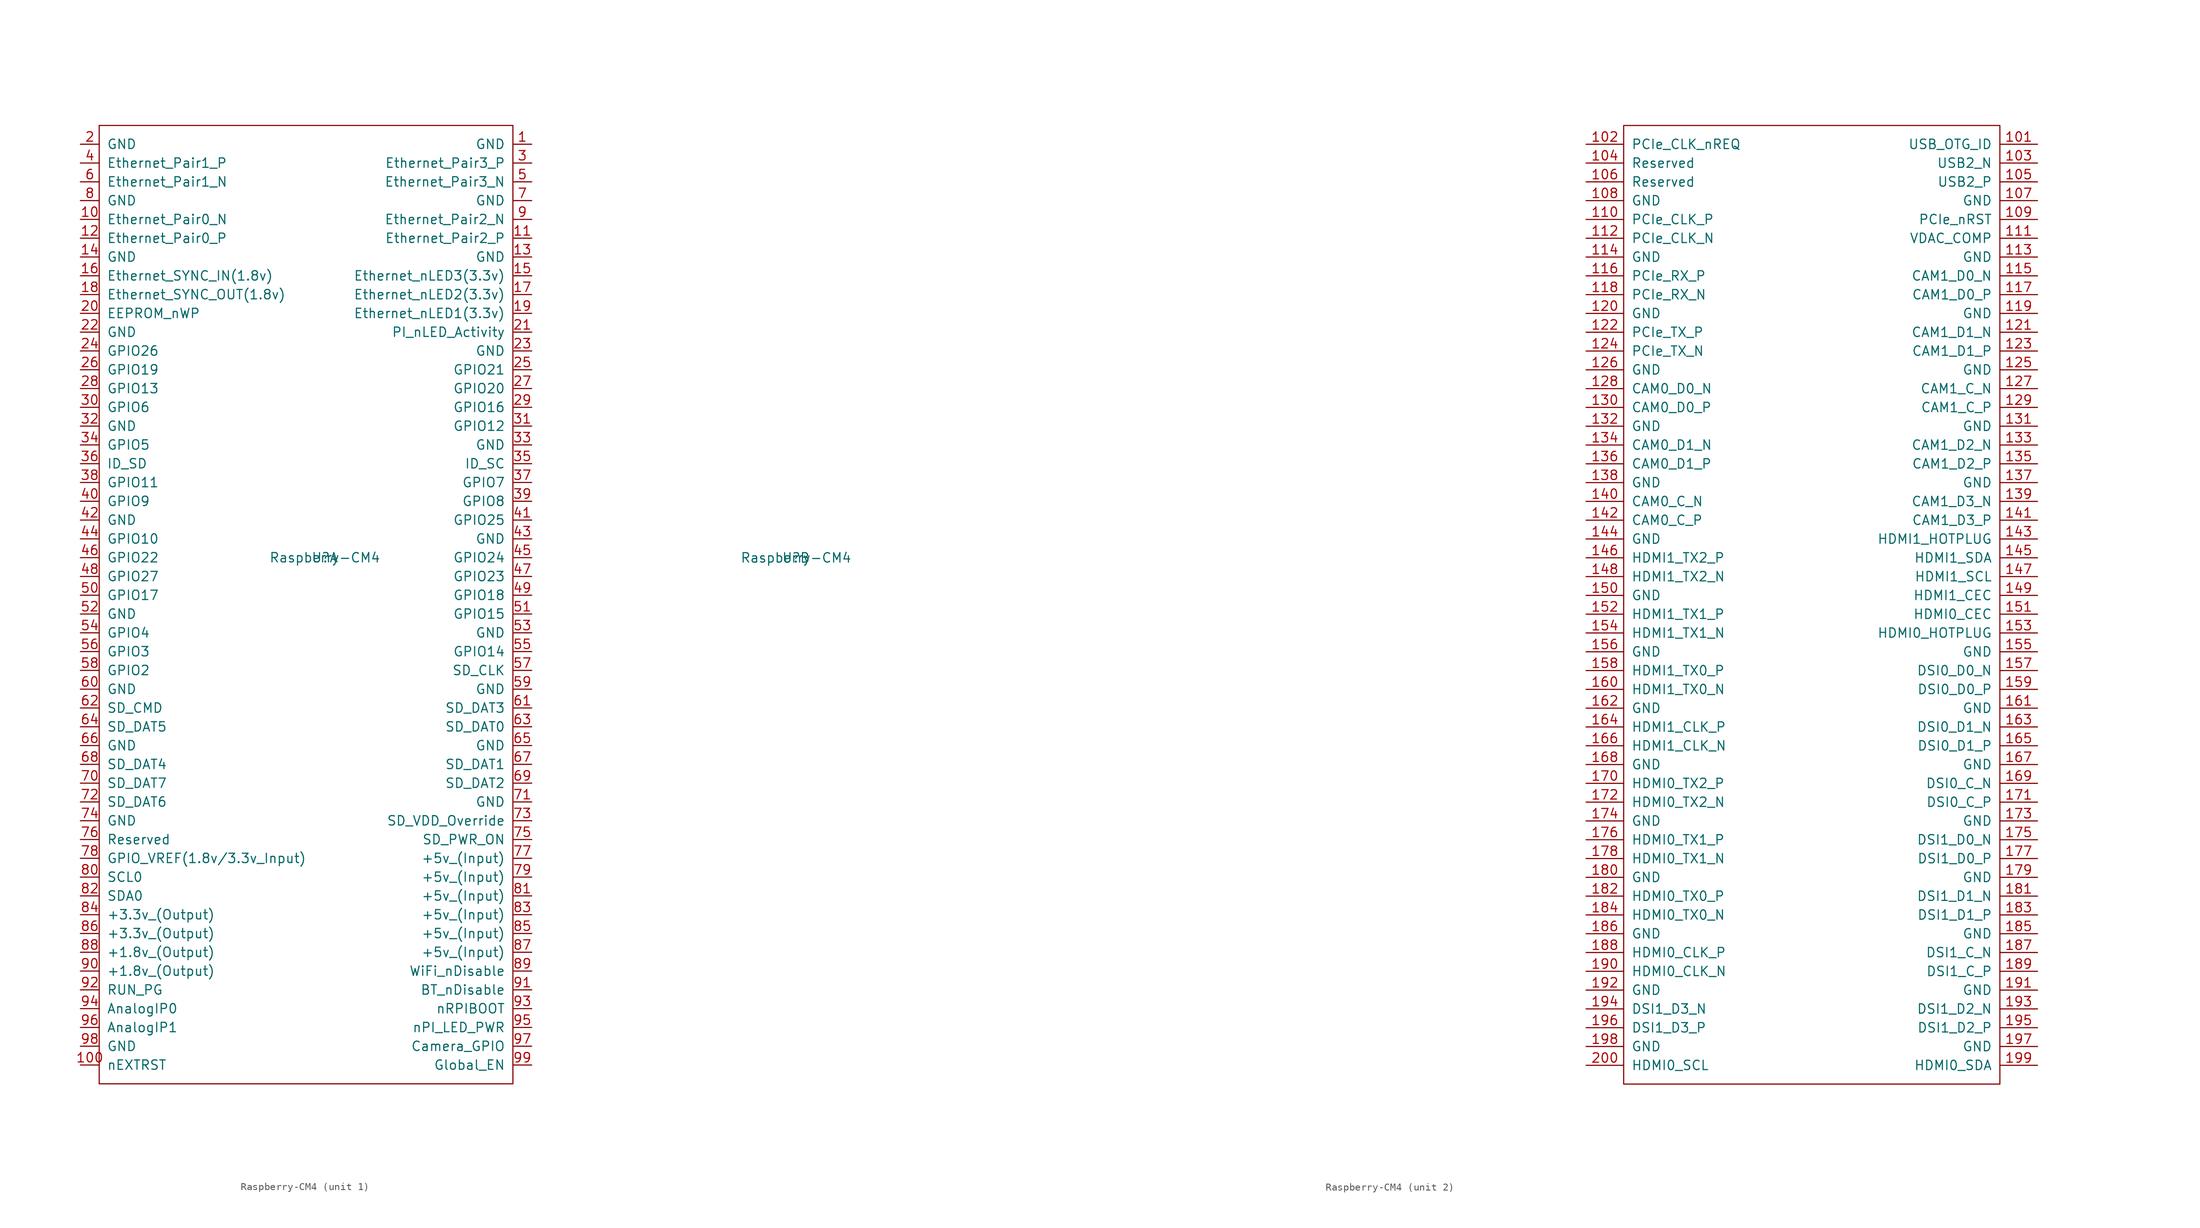
<source format=kicad_sym>
(kicad_symbol_lib
  (version 20220914)
  (generator kicad_symbol_editor)
  (symbol "Raspberry-CM4"
    (pin_names
      (offset 1.016))
    (property "Reference" "U"
      (at 2.54 6.35 0)
      (effects (font (size 1.27 1.27))))
    (property "Value" "Raspberry-CM4"
      (at 2.54 6.35 0)
      (effects (font (size 1.27 1.27))))
    (symbol "Raspberry-CM4_1_1"
      (rectangle (start -27.94 64.77) (end 27.94 -64.77) (stroke (width 0) (type default)) (fill (type none)))
      (pin power_in line (at 30.48 62.23 180) (length 2.54) (name "GND" (effects (font (size 1.27 1.27)))) (number "1" (effects (font (size 1.27 1.27)))))
      (pin passive line (at -30.48 52.07 0) (length 2.54) (name "Ethernet_Pair0_N" (effects (font (size 1.27 1.27)))) (number "10" (effects (font (size 1.27 1.27)))))
      (pin output line (at -30.48 -62.23 0) (length 2.54) (name "nEXTRST" (effects (font (size 1.27 1.27)))) (number "100" (effects (font (size 1.27 1.27)))))
      (pin passive line (at 30.48 49.53 180) (length 2.54) (name "Ethernet_Pair2_P" (effects (font (size 1.27 1.27)))) (number "11" (effects (font (size 1.27 1.27)))))
      (pin passive line (at -30.48 49.53 0) (length 2.54) (name "Ethernet_Pair0_P" (effects (font (size 1.27 1.27)))) (number "12" (effects (font (size 1.27 1.27)))))
      (pin power_in line (at 30.48 46.99 180) (length 2.54) (name "GND" (effects (font (size 1.27 1.27)))) (number "13" (effects (font (size 1.27 1.27)))))
      (pin power_in line (at -30.48 46.99 0) (length 2.54) (name "GND" (effects (font (size 1.27 1.27)))) (number "14" (effects (font (size 1.27 1.27)))))
      (pin output line (at 30.48 44.45 180) (length 2.54) (name "Ethernet_nLED3(3.3v)" (effects (font (size 1.27 1.27)))) (number "15" (effects (font (size 1.27 1.27)))))
      (pin input line (at -30.48 44.45 0) (length 2.54) (name "Ethernet_SYNC_IN(1.8v)" (effects (font (size 1.27 1.27)))) (number "16" (effects (font (size 1.27 1.27)))))
      (pin output line (at 30.48 41.91 180) (length 2.54) (name "Ethernet_nLED2(3.3v)" (effects (font (size 1.27 1.27)))) (number "17" (effects (font (size 1.27 1.27)))))
      (pin input line (at -30.48 41.91 0) (length 2.54) (name "Ethernet_SYNC_OUT(1.8v)" (effects (font (size 1.27 1.27)))) (number "18" (effects (font (size 1.27 1.27)))))
      (pin output line (at 30.48 39.37 180) (length 2.54) (name "Ethernet_nLED1(3.3v)" (effects (font (size 1.27 1.27)))) (number "19" (effects (font (size 1.27 1.27)))))
      (pin power_in line (at -30.48 62.23 0) (length 2.54) (name "GND" (effects (font (size 1.27 1.27)))) (number "2" (effects (font (size 1.27 1.27)))))
      (pin passive line (at -30.48 39.37 0) (length 2.54) (name "EEPROM_nWP" (effects (font (size 1.27 1.27)))) (number "20" (effects (font (size 1.27 1.27)))))
      (pin open_collector line (at 30.48 36.83 180) (length 2.54) (name "PI_nLED_Activity" (effects (font (size 1.27 1.27)))) (number "21" (effects (font (size 1.27 1.27)))))
      (pin power_in line (at -30.48 36.83 0) (length 2.54) (name "GND" (effects (font (size 1.27 1.27)))) (number "22" (effects (font (size 1.27 1.27)))))
      (pin power_in line (at 30.48 34.29 180) (length 2.54) (name "GND" (effects (font (size 1.27 1.27)))) (number "23" (effects (font (size 1.27 1.27)))))
      (pin passive line (at -30.48 34.29 0) (length 2.54) (name "GPIO26" (effects (font (size 1.27 1.27)))) (number "24" (effects (font (size 1.27 1.27)))))
      (pin passive line (at 30.48 31.75 180) (length 2.54) (name "GPIO21" (effects (font (size 1.27 1.27)))) (number "25" (effects (font (size 1.27 1.27)))))
      (pin passive line (at -30.48 31.75 0) (length 2.54) (name "GPIO19" (effects (font (size 1.27 1.27)))) (number "26" (effects (font (size 1.27 1.27)))))
      (pin passive line (at 30.48 29.21 180) (length 2.54) (name "GPIO20" (effects (font (size 1.27 1.27)))) (number "27" (effects (font (size 1.27 1.27)))))
      (pin passive line (at -30.48 29.21 0) (length 2.54) (name "GPIO13" (effects (font (size 1.27 1.27)))) (number "28" (effects (font (size 1.27 1.27)))))
      (pin passive line (at 30.48 26.67 180) (length 2.54) (name "GPIO16" (effects (font (size 1.27 1.27)))) (number "29" (effects (font (size 1.27 1.27)))))
      (pin passive line (at 30.48 59.69 180) (length 2.54) (name "Ethernet_Pair3_P" (effects (font (size 1.27 1.27)))) (number "3" (effects (font (size 1.27 1.27)))))
      (pin passive line (at -30.48 26.67 0) (length 2.54) (name "GPIO6" (effects (font (size 1.27 1.27)))) (number "30" (effects (font (size 1.27 1.27)))))
      (pin passive line (at 30.48 24.13 180) (length 2.54) (name "GPIO12" (effects (font (size 1.27 1.27)))) (number "31" (effects (font (size 1.27 1.27)))))
      (pin power_in line (at -30.48 24.13 0) (length 2.54) (name "GND" (effects (font (size 1.27 1.27)))) (number "32" (effects (font (size 1.27 1.27)))))
      (pin power_in line (at 30.48 21.59 180) (length 2.54) (name "GND" (effects (font (size 1.27 1.27)))) (number "33" (effects (font (size 1.27 1.27)))))
      (pin passive line (at -30.48 21.59 0) (length 2.54) (name "GPIO5" (effects (font (size 1.27 1.27)))) (number "34" (effects (font (size 1.27 1.27)))))
      (pin passive line (at 30.48 19.05 180) (length 2.54) (name "ID_SC" (effects (font (size 1.27 1.27)))) (number "35" (effects (font (size 1.27 1.27)))))
      (pin passive line (at -30.48 19.05 0) (length 2.54) (name "ID_SD" (effects (font (size 1.27 1.27)))) (number "36" (effects (font (size 1.27 1.27)))))
      (pin passive line (at 30.48 16.51 180) (length 2.54) (name "GPIO7" (effects (font (size 1.27 1.27)))) (number "37" (effects (font (size 1.27 1.27)))))
      (pin passive line (at -30.48 16.51 0) (length 2.54) (name "GPIO11" (effects (font (size 1.27 1.27)))) (number "38" (effects (font (size 1.27 1.27)))))
      (pin passive line (at 30.48 13.97 180) (length 2.54) (name "GPIO8" (effects (font (size 1.27 1.27)))) (number "39" (effects (font (size 1.27 1.27)))))
      (pin passive line (at -30.48 59.69 0) (length 2.54) (name "Ethernet_Pair1_P" (effects (font (size 1.27 1.27)))) (number "4" (effects (font (size 1.27 1.27)))))
      (pin passive line (at -30.48 13.97 0) (length 2.54) (name "GPIO9" (effects (font (size 1.27 1.27)))) (number "40" (effects (font (size 1.27 1.27)))))
      (pin passive line (at 30.48 11.43 180) (length 2.54) (name "GPIO25" (effects (font (size 1.27 1.27)))) (number "41" (effects (font (size 1.27 1.27)))))
      (pin power_in line (at -30.48 11.43 0) (length 2.54) (name "GND" (effects (font (size 1.27 1.27)))) (number "42" (effects (font (size 1.27 1.27)))))
      (pin power_in line (at 30.48 8.89 180) (length 2.54) (name "GND" (effects (font (size 1.27 1.27)))) (number "43" (effects (font (size 1.27 1.27)))))
      (pin passive line (at -30.48 8.89 0) (length 2.54) (name "GPIO10" (effects (font (size 1.27 1.27)))) (number "44" (effects (font (size 1.27 1.27)))))
      (pin passive line (at 30.48 6.35 180) (length 2.54) (name "GPIO24" (effects (font (size 1.27 1.27)))) (number "45" (effects (font (size 1.27 1.27)))))
      (pin passive line (at -30.48 6.35 0) (length 2.54) (name "GPIO22" (effects (font (size 1.27 1.27)))) (number "46" (effects (font (size 1.27 1.27)))))
      (pin passive line (at 30.48 3.81 180) (length 2.54) (name "GPIO23" (effects (font (size 1.27 1.27)))) (number "47" (effects (font (size 1.27 1.27)))))
      (pin passive line (at -30.48 3.81 0) (length 2.54) (name "GPIO27" (effects (font (size 1.27 1.27)))) (number "48" (effects (font (size 1.27 1.27)))))
      (pin passive line (at 30.48 1.27 180) (length 2.54) (name "GPIO18" (effects (font (size 1.27 1.27)))) (number "49" (effects (font (size 1.27 1.27)))))
      (pin passive line (at 30.48 57.15 180) (length 2.54) (name "Ethernet_Pair3_N" (effects (font (size 1.27 1.27)))) (number "5" (effects (font (size 1.27 1.27)))))
      (pin passive line (at -30.48 1.27 0) (length 2.54) (name "GPIO17" (effects (font (size 1.27 1.27)))) (number "50" (effects (font (size 1.27 1.27)))))
      (pin passive line (at 30.48 -1.27 180) (length 2.54) (name "GPIO15" (effects (font (size 1.27 1.27)))) (number "51" (effects (font (size 1.27 1.27)))))
      (pin power_in line (at -30.48 -1.27 0) (length 2.54) (name "GND" (effects (font (size 1.27 1.27)))) (number "52" (effects (font (size 1.27 1.27)))))
      (pin power_in line (at 30.48 -3.81 180) (length 2.54) (name "GND" (effects (font (size 1.27 1.27)))) (number "53" (effects (font (size 1.27 1.27)))))
      (pin passive line (at -30.48 -3.81 0) (length 2.54) (name "GPIO4" (effects (font (size 1.27 1.27)))) (number "54" (effects (font (size 1.27 1.27)))))
      (pin passive line (at 30.48 -6.35 180) (length 2.54) (name "GPIO14" (effects (font (size 1.27 1.27)))) (number "55" (effects (font (size 1.27 1.27)))))
      (pin passive line (at -30.48 -6.35 0) (length 2.54) (name "GPIO3" (effects (font (size 1.27 1.27)))) (number "56" (effects (font (size 1.27 1.27)))))
      (pin passive line (at 30.48 -8.89 180) (length 2.54) (name "SD_CLK" (effects (font (size 1.27 1.27)))) (number "57" (effects (font (size 1.27 1.27)))))
      (pin passive line (at -30.48 -8.89 0) (length 2.54) (name "GPIO2" (effects (font (size 1.27 1.27)))) (number "58" (effects (font (size 1.27 1.27)))))
      (pin power_in line (at 30.48 -11.43 180) (length 2.54) (name "GND" (effects (font (size 1.27 1.27)))) (number "59" (effects (font (size 1.27 1.27)))))
      (pin passive line (at -30.48 57.15 0) (length 2.54) (name "Ethernet_Pair1_N" (effects (font (size 1.27 1.27)))) (number "6" (effects (font (size 1.27 1.27)))))
      (pin power_in line (at -30.48 -11.43 0) (length 2.54) (name "GND" (effects (font (size 1.27 1.27)))) (number "60" (effects (font (size 1.27 1.27)))))
      (pin passive line (at 30.48 -13.97 180) (length 2.54) (name "SD_DAT3" (effects (font (size 1.27 1.27)))) (number "61" (effects (font (size 1.27 1.27)))))
      (pin passive line (at -30.48 -13.97 0) (length 2.54) (name "SD_CMD" (effects (font (size 1.27 1.27)))) (number "62" (effects (font (size 1.27 1.27)))))
      (pin passive line (at 30.48 -16.51 180) (length 2.54) (name "SD_DAT0" (effects (font (size 1.27 1.27)))) (number "63" (effects (font (size 1.27 1.27)))))
      (pin passive line (at -30.48 -16.51 0) (length 2.54) (name "SD_DAT5" (effects (font (size 1.27 1.27)))) (number "64" (effects (font (size 1.27 1.27)))))
      (pin power_in line (at 30.48 -19.05 180) (length 2.54) (name "GND" (effects (font (size 1.27 1.27)))) (number "65" (effects (font (size 1.27 1.27)))))
      (pin power_in line (at -30.48 -19.05 0) (length 2.54) (name "GND" (effects (font (size 1.27 1.27)))) (number "66" (effects (font (size 1.27 1.27)))))
      (pin passive line (at 30.48 -21.59 180) (length 2.54) (name "SD_DAT1" (effects (font (size 1.27 1.27)))) (number "67" (effects (font (size 1.27 1.27)))))
      (pin passive line (at -30.48 -21.59 0) (length 2.54) (name "SD_DAT4" (effects (font (size 1.27 1.27)))) (number "68" (effects (font (size 1.27 1.27)))))
      (pin passive line (at 30.48 -24.13 180) (length 2.54) (name "SD_DAT2" (effects (font (size 1.27 1.27)))) (number "69" (effects (font (size 1.27 1.27)))))
      (pin power_in line (at 30.48 54.61 180) (length 2.54) (name "GND" (effects (font (size 1.27 1.27)))) (number "7" (effects (font (size 1.27 1.27)))))
      (pin passive line (at -30.48 -24.13 0) (length 2.54) (name "SD_DAT7" (effects (font (size 1.27 1.27)))) (number "70" (effects (font (size 1.27 1.27)))))
      (pin power_in line (at 30.48 -26.67 180) (length 2.54) (name "GND" (effects (font (size 1.27 1.27)))) (number "71" (effects (font (size 1.27 1.27)))))
      (pin passive line (at -30.48 -26.67 0) (length 2.54) (name "SD_DAT6" (effects (font (size 1.27 1.27)))) (number "72" (effects (font (size 1.27 1.27)))))
      (pin input line (at 30.48 -29.21 180) (length 2.54) (name "SD_VDD_Override" (effects (font (size 1.27 1.27)))) (number "73" (effects (font (size 1.27 1.27)))))
      (pin power_in line (at -30.48 -29.21 0) (length 2.54) (name "GND" (effects (font (size 1.27 1.27)))) (number "74" (effects (font (size 1.27 1.27)))))
      (pin output line (at 30.48 -31.75 180) (length 2.54) (name "SD_PWR_ON" (effects (font (size 1.27 1.27)))) (number "75" (effects (font (size 1.27 1.27)))))
      (pin passive line (at -30.48 -31.75 0) (length 2.54) (name "Reserved" (effects (font (size 1.27 1.27)))) (number "76" (effects (font (size 1.27 1.27)))))
      (pin power_in line (at 30.48 -34.29 180) (length 2.54) (name "+5v_(Input)" (effects (font (size 1.27 1.27)))) (number "77" (effects (font (size 1.27 1.27)))))
      (pin power_in line (at -30.48 -34.29 0) (length 2.54) (name "GPIO_VREF(1.8v/3.3v_Input)" (effects (font (size 1.27 1.27)))) (number "78" (effects (font (size 1.27 1.27)))))
      (pin power_in line (at 30.48 -36.83 180) (length 2.54) (name "+5v_(Input)" (effects (font (size 1.27 1.27)))) (number "79" (effects (font (size 1.27 1.27)))))
      (pin power_in line (at -30.48 54.61 0) (length 2.54) (name "GND" (effects (font (size 1.27 1.27)))) (number "8" (effects (font (size 1.27 1.27)))))
      (pin passive line (at -30.48 -36.83 0) (length 2.54) (name "SCL0" (effects (font (size 1.27 1.27)))) (number "80" (effects (font (size 1.27 1.27)))))
      (pin power_in line (at 30.48 -39.37 180) (length 2.54) (name "+5v_(Input)" (effects (font (size 1.27 1.27)))) (number "81" (effects (font (size 1.27 1.27)))))
      (pin passive line (at -30.48 -39.37 0) (length 2.54) (name "SDA0" (effects (font (size 1.27 1.27)))) (number "82" (effects (font (size 1.27 1.27)))))
      (pin power_in line (at 30.48 -41.91 180) (length 2.54) (name "+5v_(Input)" (effects (font (size 1.27 1.27)))) (number "83" (effects (font (size 1.27 1.27)))))
      (pin power_out line (at -30.48 -41.91 0) (length 2.54) (name "+3.3v_(Output)" (effects (font (size 1.27 1.27)))) (number "84" (effects (font (size 1.27 1.27)))))
      (pin power_in line (at 30.48 -44.45 180) (length 2.54) (name "+5v_(Input)" (effects (font (size 1.27 1.27)))) (number "85" (effects (font (size 1.27 1.27)))))
      (pin power_out line (at -30.48 -44.45 0) (length 2.54) (name "+3.3v_(Output)" (effects (font (size 1.27 1.27)))) (number "86" (effects (font (size 1.27 1.27)))))
      (pin power_in line (at 30.48 -46.99 180) (length 2.54) (name "+5v_(Input)" (effects (font (size 1.27 1.27)))) (number "87" (effects (font (size 1.27 1.27)))))
      (pin power_out line (at -30.48 -46.99 0) (length 2.54) (name "+1.8v_(Output)" (effects (font (size 1.27 1.27)))) (number "88" (effects (font (size 1.27 1.27)))))
      (pin power_in line (at 30.48 -49.53 180) (length 2.54) (name "WiFi_nDisable" (effects (font (size 1.27 1.27)))) (number "89" (effects (font (size 1.27 1.27)))))
      (pin passive line (at 30.48 52.07 180) (length 2.54) (name "Ethernet_Pair2_N" (effects (font (size 1.27 1.27)))) (number "9" (effects (font (size 1.27 1.27)))))
      (pin power_out line (at -30.48 -49.53 0) (length 2.54) (name "+1.8v_(Output)" (effects (font (size 1.27 1.27)))) (number "90" (effects (font (size 1.27 1.27)))))
      (pin power_in line (at 30.48 -52.07 180) (length 2.54) (name "BT_nDisable" (effects (font (size 1.27 1.27)))) (number "91" (effects (font (size 1.27 1.27)))))
      (pin passive line (at -30.48 -52.07 0) (length 2.54) (name "RUN_PG" (effects (font (size 1.27 1.27)))) (number "92" (effects (font (size 1.27 1.27)))))
      (pin input line (at 30.48 -54.61 180) (length 2.54) (name "nRPIBOOT" (effects (font (size 1.27 1.27)))) (number "93" (effects (font (size 1.27 1.27)))))
      (pin passive line (at -30.48 -54.61 0) (length 2.54) (name "AnalogIP0" (effects (font (size 1.27 1.27)))) (number "94" (effects (font (size 1.27 1.27)))))
      (pin output line (at 30.48 -57.15 180) (length 2.54) (name "nPI_LED_PWR" (effects (font (size 1.27 1.27)))) (number "95" (effects (font (size 1.27 1.27)))))
      (pin passive line (at -30.48 -57.15 0) (length 2.54) (name "AnalogIP1" (effects (font (size 1.27 1.27)))) (number "96" (effects (font (size 1.27 1.27)))))
      (pin passive line (at 30.48 -59.69 180) (length 2.54) (name "Camera_GPIO" (effects (font (size 1.27 1.27)))) (number "97" (effects (font (size 1.27 1.27)))))
      (pin power_in line (at -30.48 -59.69 0) (length 2.54) (name "GND" (effects (font (size 1.27 1.27)))) (number "98" (effects (font (size 1.27 1.27)))))
      (pin input line (at 30.48 -62.23 180) (length 2.54) (name "Global_EN" (effects (font (size 1.27 1.27)))) (number "99" (effects (font (size 1.27 1.27))))))
    (symbol "Raspberry-CM4_2_1"
      (rectangle (start 114.3 64.77) (end 165.1 -64.77) (stroke (width 0) (type default)) (fill (type none)))
      (pin input line (at 170.18 62.23 180) (length 5.08) (name "USB_OTG_ID" (effects (font (size 1.27 1.27)))) (number "101" (effects (font (size 1.27 1.27)))))
      (pin input line (at 109.22 62.23 0) (length 5.08) (name "PCIe_CLK_nREQ" (effects (font (size 1.27 1.27)))) (number "102" (effects (font (size 1.27 1.27)))))
      (pin passive line (at 170.18 59.69 180) (length 5.08) (name "USB2_N" (effects (font (size 1.27 1.27)))) (number "103" (effects (font (size 1.27 1.27)))))
      (pin passive line (at 109.22 59.69 0) (length 5.08) (name "Reserved" (effects (font (size 1.27 1.27)))) (number "104" (effects (font (size 1.27 1.27)))))
      (pin passive line (at 170.18 57.15 180) (length 5.08) (name "USB2_P" (effects (font (size 1.27 1.27)))) (number "105" (effects (font (size 1.27 1.27)))))
      (pin passive line (at 109.22 57.15 0) (length 5.08) (name "Reserved" (effects (font (size 1.27 1.27)))) (number "106" (effects (font (size 1.27 1.27)))))
      (pin power_in line (at 170.18 54.61 180) (length 5.08) (name "GND" (effects (font (size 1.27 1.27)))) (number "107" (effects (font (size 1.27 1.27)))))
      (pin power_in line (at 109.22 54.61 0) (length 5.08) (name "GND" (effects (font (size 1.27 1.27)))) (number "108" (effects (font (size 1.27 1.27)))))
      (pin bidirectional line (at 170.18 52.07 180) (length 5.08) (name "PCIe_nRST" (effects (font (size 1.27 1.27)))) (number "109" (effects (font (size 1.27 1.27)))))
      (pin output line (at 109.22 52.07 0) (length 5.08) (name "PCIe_CLK_P" (effects (font (size 1.27 1.27)))) (number "110" (effects (font (size 1.27 1.27)))))
      (pin passive line (at 170.18 49.53 180) (length 5.08) (name "VDAC_COMP" (effects (font (size 1.27 1.27)))) (number "111" (effects (font (size 1.27 1.27)))))
      (pin output line (at 109.22 49.53 0) (length 5.08) (name "PCIe_CLK_N" (effects (font (size 1.27 1.27)))) (number "112" (effects (font (size 1.27 1.27)))))
      (pin power_in line (at 170.18 46.99 180) (length 5.08) (name "GND" (effects (font (size 1.27 1.27)))) (number "113" (effects (font (size 1.27 1.27)))))
      (pin power_in line (at 109.22 46.99 0) (length 5.08) (name "GND" (effects (font (size 1.27 1.27)))) (number "114" (effects (font (size 1.27 1.27)))))
      (pin input line (at 170.18 44.45 180) (length 5.08) (name "CAM1_D0_N" (effects (font (size 1.27 1.27)))) (number "115" (effects (font (size 1.27 1.27)))))
      (pin input line (at 109.22 44.45 0) (length 5.08) (name "PCIe_RX_P" (effects (font (size 1.27 1.27)))) (number "116" (effects (font (size 1.27 1.27)))))
      (pin input line (at 170.18 41.91 180) (length 5.08) (name "CAM1_D0_P" (effects (font (size 1.27 1.27)))) (number "117" (effects (font (size 1.27 1.27)))))
      (pin input line (at 109.22 41.91 0) (length 5.08) (name "PCIe_RX_N" (effects (font (size 1.27 1.27)))) (number "118" (effects (font (size 1.27 1.27)))))
      (pin power_in line (at 170.18 39.37 180) (length 5.08) (name "GND" (effects (font (size 1.27 1.27)))) (number "119" (effects (font (size 1.27 1.27)))))
      (pin power_in line (at 109.22 39.37 0) (length 5.08) (name "GND" (effects (font (size 1.27 1.27)))) (number "120" (effects (font (size 1.27 1.27)))))
      (pin input line (at 170.18 36.83 180) (length 5.08) (name "CAM1_D1_N" (effects (font (size 1.27 1.27)))) (number "121" (effects (font (size 1.27 1.27)))))
      (pin output line (at 109.22 36.83 0) (length 5.08) (name "PCIe_TX_P" (effects (font (size 1.27 1.27)))) (number "122" (effects (font (size 1.27 1.27)))))
      (pin input line (at 170.18 34.29 180) (length 5.08) (name "CAM1_D1_P" (effects (font (size 1.27 1.27)))) (number "123" (effects (font (size 1.27 1.27)))))
      (pin output line (at 109.22 34.29 0) (length 5.08) (name "PCIe_TX_N" (effects (font (size 1.27 1.27)))) (number "124" (effects (font (size 1.27 1.27)))))
      (pin power_in line (at 170.18 31.75 180) (length 5.08) (name "GND" (effects (font (size 1.27 1.27)))) (number "125" (effects (font (size 1.27 1.27)))))
      (pin power_in line (at 109.22 31.75 0) (length 5.08) (name "GND" (effects (font (size 1.27 1.27)))) (number "126" (effects (font (size 1.27 1.27)))))
      (pin input line (at 170.18 29.21 180) (length 5.08) (name "CAM1_C_N" (effects (font (size 1.27 1.27)))) (number "127" (effects (font (size 1.27 1.27)))))
      (pin input line (at 109.22 29.21 0) (length 5.08) (name "CAM0_D0_N" (effects (font (size 1.27 1.27)))) (number "128" (effects (font (size 1.27 1.27)))))
      (pin input line (at 170.18 26.67 180) (length 5.08) (name "CAM1_C_P" (effects (font (size 1.27 1.27)))) (number "129" (effects (font (size 1.27 1.27)))))
      (pin input line (at 109.22 26.67 0) (length 5.08) (name "CAM0_D0_P" (effects (font (size 1.27 1.27)))) (number "130" (effects (font (size 1.27 1.27)))))
      (pin power_in line (at 170.18 24.13 180) (length 5.08) (name "GND" (effects (font (size 1.27 1.27)))) (number "131" (effects (font (size 1.27 1.27)))))
      (pin power_in line (at 109.22 24.13 0) (length 5.08) (name "GND" (effects (font (size 1.27 1.27)))) (number "132" (effects (font (size 1.27 1.27)))))
      (pin input line (at 170.18 21.59 180) (length 5.08) (name "CAM1_D2_N" (effects (font (size 1.27 1.27)))) (number "133" (effects (font (size 1.27 1.27)))))
      (pin input line (at 109.22 21.59 0) (length 5.08) (name "CAM0_D1_N" (effects (font (size 1.27 1.27)))) (number "134" (effects (font (size 1.27 1.27)))))
      (pin input line (at 170.18 19.05 180) (length 5.08) (name "CAM1_D2_P" (effects (font (size 1.27 1.27)))) (number "135" (effects (font (size 1.27 1.27)))))
      (pin input line (at 109.22 19.05 0) (length 5.08) (name "CAM0_D1_P" (effects (font (size 1.27 1.27)))) (number "136" (effects (font (size 1.27 1.27)))))
      (pin power_in line (at 170.18 16.51 180) (length 5.08) (name "GND" (effects (font (size 1.27 1.27)))) (number "137" (effects (font (size 1.27 1.27)))))
      (pin power_in line (at 109.22 16.51 0) (length 5.08) (name "GND" (effects (font (size 1.27 1.27)))) (number "138" (effects (font (size 1.27 1.27)))))
      (pin input line (at 170.18 13.97 180) (length 5.08) (name "CAM1_D3_N" (effects (font (size 1.27 1.27)))) (number "139" (effects (font (size 1.27 1.27)))))
      (pin input line (at 109.22 13.97 0) (length 5.08) (name "CAM0_C_N" (effects (font (size 1.27 1.27)))) (number "140" (effects (font (size 1.27 1.27)))))
      (pin input line (at 170.18 11.43 180) (length 5.08) (name "CAM1_D3_P" (effects (font (size 1.27 1.27)))) (number "141" (effects (font (size 1.27 1.27)))))
      (pin input line (at 109.22 11.43 0) (length 5.08) (name "CAM0_C_P" (effects (font (size 1.27 1.27)))) (number "142" (effects (font (size 1.27 1.27)))))
      (pin input line (at 170.18 8.89 180) (length 5.08) (name "HDMI1_HOTPLUG" (effects (font (size 1.27 1.27)))) (number "143" (effects (font (size 1.27 1.27)))))
      (pin power_in line (at 109.22 8.89 0) (length 5.08) (name "GND" (effects (font (size 1.27 1.27)))) (number "144" (effects (font (size 1.27 1.27)))))
      (pin bidirectional line (at 170.18 6.35 180) (length 5.08) (name "HDMI1_SDA" (effects (font (size 1.27 1.27)))) (number "145" (effects (font (size 1.27 1.27)))))
      (pin output line (at 109.22 6.35 0) (length 5.08) (name "HDMI1_TX2_P" (effects (font (size 1.27 1.27)))) (number "146" (effects (font (size 1.27 1.27)))))
      (pin open_collector line (at 170.18 3.81 180) (length 5.08) (name "HDMI1_SCL" (effects (font (size 1.27 1.27)))) (number "147" (effects (font (size 1.27 1.27)))))
      (pin output line (at 109.22 3.81 0) (length 5.08) (name "HDMI1_TX2_N" (effects (font (size 1.27 1.27)))) (number "148" (effects (font (size 1.27 1.27)))))
      (pin open_collector line (at 170.18 1.27 180) (length 5.08) (name "HDMI1_CEC" (effects (font (size 1.27 1.27)))) (number "149" (effects (font (size 1.27 1.27)))))
      (pin power_in line (at 109.22 1.27 0) (length 5.08) (name "GND" (effects (font (size 1.27 1.27)))) (number "150" (effects (font (size 1.27 1.27)))))
      (pin open_collector line (at 170.18 -1.27 180) (length 5.08) (name "HDMI0_CEC" (effects (font (size 1.27 1.27)))) (number "151" (effects (font (size 1.27 1.27)))))
      (pin output line (at 109.22 -1.27 0) (length 5.08) (name "HDMI1_TX1_P" (effects (font (size 1.27 1.27)))) (number "152" (effects (font (size 1.27 1.27)))))
      (pin input line (at 170.18 -3.81 180) (length 5.08) (name "HDMI0_HOTPLUG" (effects (font (size 1.27 1.27)))) (number "153" (effects (font (size 1.27 1.27)))))
      (pin output line (at 109.22 -3.81 0) (length 5.08) (name "HDMI1_TX1_N" (effects (font (size 1.27 1.27)))) (number "154" (effects (font (size 1.27 1.27)))))
      (pin power_in line (at 170.18 -6.35 180) (length 5.08) (name "GND" (effects (font (size 1.27 1.27)))) (number "155" (effects (font (size 1.27 1.27)))))
      (pin power_in line (at 109.22 -6.35 0) (length 5.08) (name "GND" (effects (font (size 1.27 1.27)))) (number "156" (effects (font (size 1.27 1.27)))))
      (pin output line (at 170.18 -8.89 180) (length 5.08) (name "DSI0_D0_N" (effects (font (size 1.27 1.27)))) (number "157" (effects (font (size 1.27 1.27)))))
      (pin output line (at 109.22 -8.89 0) (length 5.08) (name "HDMI1_TX0_P" (effects (font (size 1.27 1.27)))) (number "158" (effects (font (size 1.27 1.27)))))
      (pin output line (at 170.18 -11.43 180) (length 5.08) (name "DSI0_D0_P" (effects (font (size 1.27 1.27)))) (number "159" (effects (font (size 1.27 1.27)))))
      (pin output line (at 109.22 -11.43 0) (length 5.08) (name "HDMI1_TX0_N" (effects (font (size 1.27 1.27)))) (number "160" (effects (font (size 1.27 1.27)))))
      (pin power_in line (at 170.18 -13.97 180) (length 5.08) (name "GND" (effects (font (size 1.27 1.27)))) (number "161" (effects (font (size 1.27 1.27)))))
      (pin power_in line (at 109.22 -13.97 0) (length 5.08) (name "GND" (effects (font (size 1.27 1.27)))) (number "162" (effects (font (size 1.27 1.27)))))
      (pin output line (at 170.18 -16.51 180) (length 5.08) (name "DSI0_D1_N" (effects (font (size 1.27 1.27)))) (number "163" (effects (font (size 1.27 1.27)))))
      (pin output line (at 109.22 -16.51 0) (length 5.08) (name "HDMI1_CLK_P" (effects (font (size 1.27 1.27)))) (number "164" (effects (font (size 1.27 1.27)))))
      (pin output line (at 170.18 -19.05 180) (length 5.08) (name "DSI0_D1_P" (effects (font (size 1.27 1.27)))) (number "165" (effects (font (size 1.27 1.27)))))
      (pin output line (at 109.22 -19.05 0) (length 5.08) (name "HDMI1_CLK_N" (effects (font (size 1.27 1.27)))) (number "166" (effects (font (size 1.27 1.27)))))
      (pin power_in line (at 170.18 -21.59 180) (length 5.08) (name "GND" (effects (font (size 1.27 1.27)))) (number "167" (effects (font (size 1.27 1.27)))))
      (pin power_in line (at 109.22 -21.59 0) (length 5.08) (name "GND" (effects (font (size 1.27 1.27)))) (number "168" (effects (font (size 1.27 1.27)))))
      (pin output line (at 170.18 -24.13 180) (length 5.08) (name "DSI0_C_N" (effects (font (size 1.27 1.27)))) (number "169" (effects (font (size 1.27 1.27)))))
      (pin output line (at 109.22 -24.13 0) (length 5.08) (name "HDMI0_TX2_P" (effects (font (size 1.27 1.27)))) (number "170" (effects (font (size 1.27 1.27)))))
      (pin output line (at 170.18 -26.67 180) (length 5.08) (name "DSI0_C_P" (effects (font (size 1.27 1.27)))) (number "171" (effects (font (size 1.27 1.27)))))
      (pin output line (at 109.22 -26.67 0) (length 5.08) (name "HDMI0_TX2_N" (effects (font (size 1.27 1.27)))) (number "172" (effects (font (size 1.27 1.27)))))
      (pin power_in line (at 170.18 -29.21 180) (length 5.08) (name "GND" (effects (font (size 1.27 1.27)))) (number "173" (effects (font (size 1.27 1.27)))))
      (pin power_in line (at 109.22 -29.21 0) (length 5.08) (name "GND" (effects (font (size 1.27 1.27)))) (number "174" (effects (font (size 1.27 1.27)))))
      (pin output line (at 170.18 -31.75 180) (length 5.08) (name "DSI1_D0_N" (effects (font (size 1.27 1.27)))) (number "175" (effects (font (size 1.27 1.27)))))
      (pin output line (at 109.22 -31.75 0) (length 5.08) (name "HDMI0_TX1_P" (effects (font (size 1.27 1.27)))) (number "176" (effects (font (size 1.27 1.27)))))
      (pin output line (at 170.18 -34.29 180) (length 5.08) (name "DSI1_D0_P" (effects (font (size 1.27 1.27)))) (number "177" (effects (font (size 1.27 1.27)))))
      (pin output line (at 109.22 -34.29 0) (length 5.08) (name "HDMI0_TX1_N" (effects (font (size 1.27 1.27)))) (number "178" (effects (font (size 1.27 1.27)))))
      (pin power_in line (at 170.18 -36.83 180) (length 5.08) (name "GND" (effects (font (size 1.27 1.27)))) (number "179" (effects (font (size 1.27 1.27)))))
      (pin power_in line (at 109.22 -36.83 0) (length 5.08) (name "GND" (effects (font (size 1.27 1.27)))) (number "180" (effects (font (size 1.27 1.27)))))
      (pin output line (at 170.18 -39.37 180) (length 5.08) (name "DSI1_D1_N" (effects (font (size 1.27 1.27)))) (number "181" (effects (font (size 1.27 1.27)))))
      (pin output line (at 109.22 -39.37 0) (length 5.08) (name "HDMI0_TX0_P" (effects (font (size 1.27 1.27)))) (number "182" (effects (font (size 1.27 1.27)))))
      (pin output line (at 170.18 -41.91 180) (length 5.08) (name "DSI1_D1_P" (effects (font (size 1.27 1.27)))) (number "183" (effects (font (size 1.27 1.27)))))
      (pin output line (at 109.22 -41.91 0) (length 5.08) (name "HDMI0_TX0_N" (effects (font (size 1.27 1.27)))) (number "184" (effects (font (size 1.27 1.27)))))
      (pin power_in line (at 170.18 -44.45 180) (length 5.08) (name "GND" (effects (font (size 1.27 1.27)))) (number "185" (effects (font (size 1.27 1.27)))))
      (pin power_in line (at 109.22 -44.45 0) (length 5.08) (name "GND" (effects (font (size 1.27 1.27)))) (number "186" (effects (font (size 1.27 1.27)))))
      (pin output line (at 170.18 -46.99 180) (length 5.08) (name "DSI1_C_N" (effects (font (size 1.27 1.27)))) (number "187" (effects (font (size 1.27 1.27)))))
      (pin output line (at 109.22 -46.99 0) (length 5.08) (name "HDMI0_CLK_P" (effects (font (size 1.27 1.27)))) (number "188" (effects (font (size 1.27 1.27)))))
      (pin output line (at 170.18 -49.53 180) (length 5.08) (name "DSI1_C_P" (effects (font (size 1.27 1.27)))) (number "189" (effects (font (size 1.27 1.27)))))
      (pin output line (at 109.22 -49.53 0) (length 5.08) (name "HDMI0_CLK_N" (effects (font (size 1.27 1.27)))) (number "190" (effects (font (size 1.27 1.27)))))
      (pin power_in line (at 170.18 -52.07 180) (length 5.08) (name "GND" (effects (font (size 1.27 1.27)))) (number "191" (effects (font (size 1.27 1.27)))))
      (pin power_in line (at 109.22 -52.07 0) (length 5.08) (name "GND" (effects (font (size 1.27 1.27)))) (number "192" (effects (font (size 1.27 1.27)))))
      (pin output line (at 170.18 -54.61 180) (length 5.08) (name "DSI1_D2_N" (effects (font (size 1.27 1.27)))) (number "193" (effects (font (size 1.27 1.27)))))
      (pin output line (at 109.22 -54.61 0) (length 5.08) (name "DSI1_D3_N" (effects (font (size 1.27 1.27)))) (number "194" (effects (font (size 1.27 1.27)))))
      (pin output line (at 170.18 -57.15 180) (length 5.08) (name "DSI1_D2_P" (effects (font (size 1.27 1.27)))) (number "195" (effects (font (size 1.27 1.27)))))
      (pin output line (at 109.22 -57.15 0) (length 5.08) (name "DSI1_D3_P" (effects (font (size 1.27 1.27)))) (number "196" (effects (font (size 1.27 1.27)))))
      (pin power_in line (at 170.18 -59.69 180) (length 5.08) (name "GND" (effects (font (size 1.27 1.27)))) (number "197" (effects (font (size 1.27 1.27)))))
      (pin power_in line (at 109.22 -59.69 0) (length 5.08) (name "GND" (effects (font (size 1.27 1.27)))) (number "198" (effects (font (size 1.27 1.27)))))
      (pin bidirectional line (at 170.18 -62.23 180) (length 5.08) (name "HDMI0_SDA" (effects (font (size 1.27 1.27)))) (number "199" (effects (font (size 1.27 1.27)))))
      (pin open_collector line (at 109.22 -62.23 0) (length 5.08) (name "HDMI0_SCL" (effects (font (size 1.27 1.27)))) (number "200" (effects (font (size 1.27 1.27))))))))
</source>
